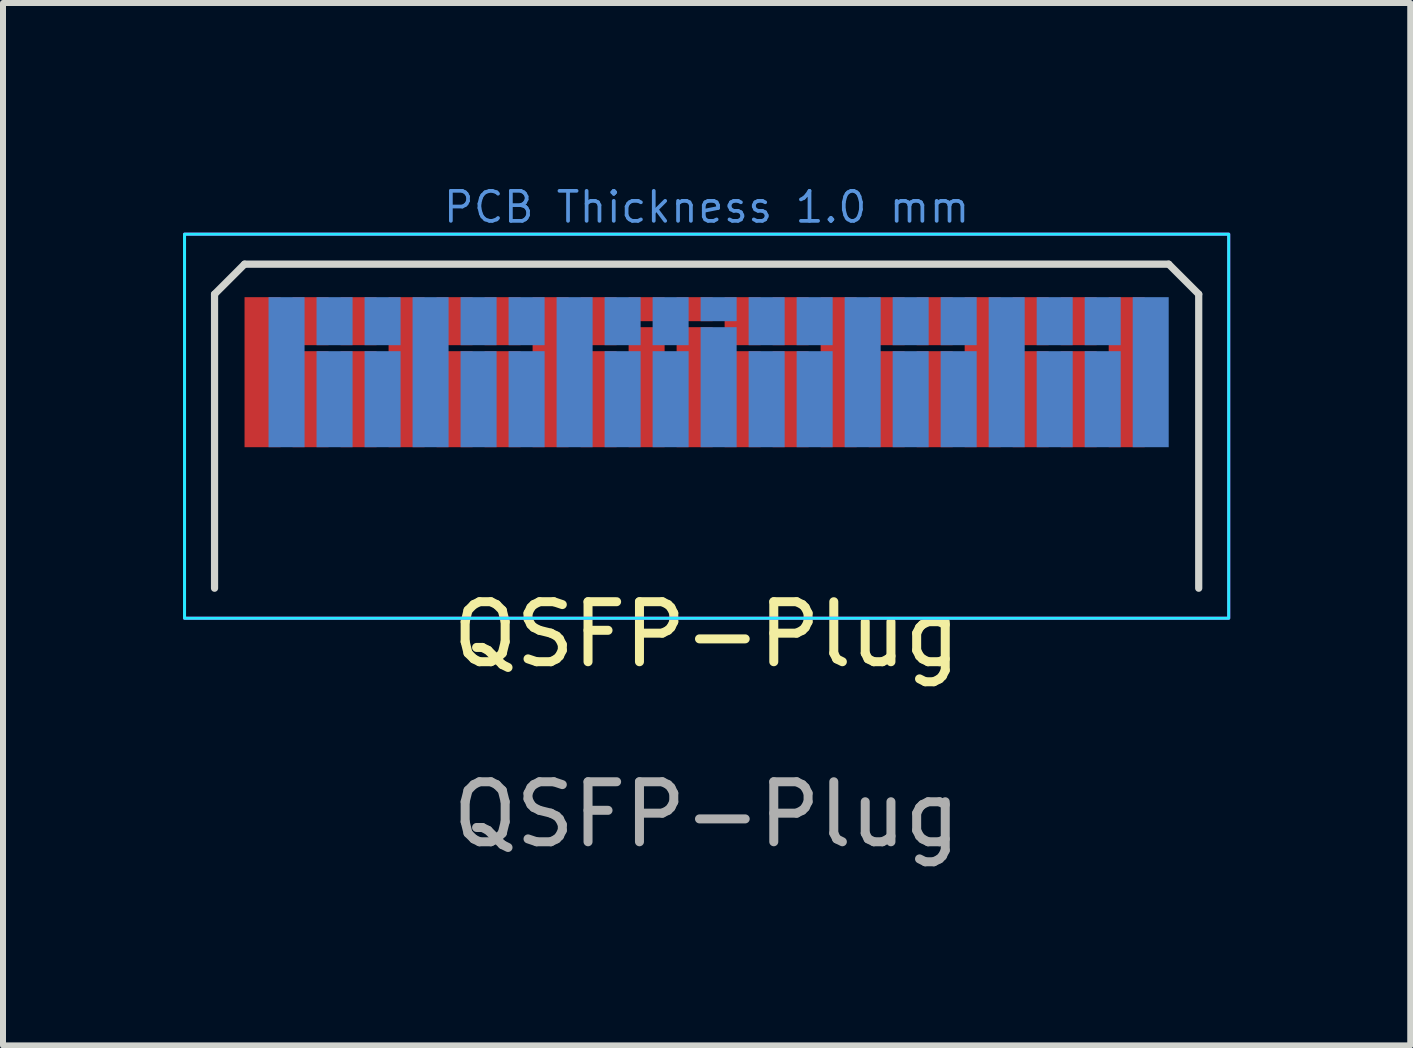
<source format=kicad_pcb>
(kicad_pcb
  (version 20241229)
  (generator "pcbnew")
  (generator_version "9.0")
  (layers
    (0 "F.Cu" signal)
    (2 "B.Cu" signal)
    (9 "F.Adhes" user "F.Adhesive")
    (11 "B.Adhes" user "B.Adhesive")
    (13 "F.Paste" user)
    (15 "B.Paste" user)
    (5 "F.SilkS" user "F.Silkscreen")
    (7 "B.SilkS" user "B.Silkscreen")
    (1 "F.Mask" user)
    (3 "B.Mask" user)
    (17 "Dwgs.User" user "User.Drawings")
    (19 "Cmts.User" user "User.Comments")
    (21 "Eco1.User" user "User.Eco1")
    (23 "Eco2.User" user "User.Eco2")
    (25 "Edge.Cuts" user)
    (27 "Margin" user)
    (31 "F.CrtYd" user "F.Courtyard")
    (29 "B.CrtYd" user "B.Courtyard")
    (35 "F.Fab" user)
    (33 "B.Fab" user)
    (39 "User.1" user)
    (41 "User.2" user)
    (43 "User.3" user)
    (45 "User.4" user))
  (footprint "QSFP-Plug"
    (layer "F.Cu")
    (at 8.725 6.752)
    (property "Reference" "QSFP-Plug" (at 0 0.77 0) (unlocked yes) (layer "F.SilkS") (effects (font (size 1 1) (thickness 0.15))))
    (fp_poly (pts (xy -8.2 -2.3) (xy 8.2 -2.3) (xy 8.2 -4.9) (xy 7.7 -5.4) (xy -7.7 -5.4) (xy -8.2 -4.9)) (stroke (width 0) (type solid)) (fill yes) (layer "F.Mask"))
    (fp_poly (pts (xy -8.2 -2.3) (xy 8.2 -2.3) (xy 8.2 -4.9) (xy 7.7 -5.4) (xy -7.7 -5.4) (xy -8.2 -4.9)) (stroke (width 0) (type solid)) (fill yes) (layer "B.Mask"))
    (fp_line (start -8.2 -4.9) (end -7.7 -5.4) (stroke (width 0.12) (type default)) (layer "Edge.Cuts"))
    (fp_line (start -8.2 0) (end -8.2 -4.9) (stroke (width 0.12) (type default)) (layer "Edge.Cuts"))
    (fp_line (start -7.7 -5.4) (end 7.7 -5.4) (stroke (width 0.12) (type default)) (layer "Edge.Cuts"))
    (fp_line (start 8.2 -4.9) (end 7.7 -5.4) (stroke (width 0.12) (type default)) (layer "Edge.Cuts"))
    (fp_line (start 8.2 0) (end 8.2 -4.9) (stroke (width 0.12) (type default)) (layer "Edge.Cuts"))
    (fp_rect (start -8.7 -5.9) (end 8.7 0.5) (stroke (width 0.05) (type default)) (fill no) (layer "B.CrtYd"))
    (fp_rect (start -8.7 -5.9) (end 8.7 0.5) (stroke (width 0.05) (type default)) (fill no) (layer "F.CrtYd"))
    (fp_text user "PCB Thickness 1.0 mm" (at 0 -6.35 0) (unlocked yes) (layer "Cmts.User") (effects (font (size 0.5 0.5) (thickness 0.062))))
    (fp_text user "${REFERENCE}" (at 0 3.77 0) (unlocked yes) (layer "F.Fab") (effects (font (size 1 1) (thickness 0.15))))
    (pad "" connect rect (at -6.6 -4.45) (size 0.6 0.8) (layers "F.Cu" "F.Mask"))
    (pad "" connect rect (at -6.2 -4.45) (size 0.6 0.8) (layers "B.Cu" "B.Mask"))
    (pad "" connect rect (at -5.8 -4.45) (size 0.6 0.8) (layers "F.Cu" "F.Mask"))
    (pad "" connect rect (at -5.4 -4.45) (size 0.6 0.8) (layers "B.Cu" "B.Mask"))
    (pad "" connect rect (at -4.2 -4.45) (size 0.6 0.8) (layers "F.Cu" "F.Mask"))
    (pad "" connect rect (at -3.8 -4.45) (size 0.6 0.8) (layers "B.Cu" "B.Mask"))
    (pad "" connect rect (at -3.4 -4.45) (size 0.6 0.8) (layers "F.Cu" "F.Mask"))
    (pad "" connect rect (at -3 -4.45) (size 0.6 0.8) (layers "B.Cu" "B.Mask"))
    (pad "" connect rect (at -1.8 -4.45) (size 0.6 0.8) (layers "F.Cu" "F.Mask"))
    (pad "" connect rect (at -1.4 -4.45) (size 0.6 0.8) (layers "B.Cu" "B.Mask"))
    (pad "" connect rect (at -1 -4.65) (size 0.6 0.4) (layers "F.Cu" "F.Mask"))
    (pad "" connect rect (at -0.6 -4.45) (size 0.6 0.8) (layers "B.Cu" "B.Mask"))
    (pad "" connect rect (at -0.2 -4.65) (size 0.6 0.4) (layers "F.Cu" "F.Mask"))
    (pad "" connect rect (at 0.2 -4.65) (size 0.6 0.4) (layers "B.Cu" "B.Mask"))
    (pad "" connect rect (at 0.6 -4.45) (size 0.6 0.8) (layers "F.Cu" "F.Mask"))
    (pad "" connect rect (at 1 -4.45) (size 0.6 0.8) (layers "B.Cu" "B.Mask"))
    (pad "" connect rect (at 1.4 -4.45) (size 0.6 0.8) (layers "F.Cu" "F.Mask"))
    (pad "" connect rect (at 1.8 -4.45) (size 0.6 0.8) (layers "B.Cu" "B.Mask"))
    (pad "" connect rect (at 3 -4.45) (size 0.6 0.8) (layers "F.Cu" "F.Mask"))
    (pad "" connect rect (at 3.4 -4.45) (size 0.6 0.8) (layers "B.Cu" "B.Mask"))
    (pad "" connect rect (at 3.8 -4.45) (size 0.6 0.8) (layers "F.Cu" "F.Mask"))
    (pad "" connect rect (at 4.2 -4.45) (size 0.6 0.8) (layers "B.Cu" "B.Mask"))
    (pad "" connect rect (at 5.4 -4.45) (size 0.6 0.8) (layers "F.Cu" "F.Mask"))
    (pad "" connect rect (at 5.8 -4.45) (size 0.6 0.8) (layers "B.Cu" "B.Mask"))
    (pad "" connect rect (at 6.2 -4.45) (size 0.6 0.8) (layers "F.Cu" "F.Mask"))
    (pad "" connect rect (at 6.6 -4.45) (size 0.6 0.8) (layers "B.Cu" "B.Mask"))
    (pad "1" connect rect (at -7 -3.6) (size 0.6 2.5) (layers "B.Cu" "B.Mask"))
    (pad "2" connect rect (at -6.2 -3.15) (size 0.6 1.6) (layers "B.Cu" "B.Mask"))
    (pad "3" connect rect (at -5.4 -3.15) (size 0.6 1.6) (layers "B.Cu" "B.Mask"))
    (pad "4" connect rect (at -4.6 -3.6) (size 0.6 2.5) (layers "B.Cu" "B.Mask"))
    (pad "5" connect rect (at -3.8 -3.15) (size 0.6 1.6) (layers "B.Cu" "B.Mask"))
    (pad "6" connect rect (at -3 -3.15) (size 0.6 1.6) (layers "B.Cu" "B.Mask"))
    (pad "7" connect rect (at -2.2 -3.6) (size 0.6 2.5) (layers "B.Cu" "B.Mask"))
    (pad "8" connect rect (at -1.4 -3.15) (size 0.6 1.6) (layers "B.Cu" "B.Mask"))
    (pad "9" connect rect (at -0.6 -3.15) (size 0.6 1.6) (layers "B.Cu" "B.Mask"))
    (pad "10" connect rect (at 0.2 -3.35) (size 0.6 2) (layers "B.Cu" "B.Mask"))
    (pad "11" connect rect (at 1 -3.15) (size 0.6 1.6) (layers "B.Cu" "B.Mask"))
    (pad "12" connect rect (at 1.8 -3.15) (size 0.6 1.6) (layers "B.Cu" "B.Mask"))
    (pad "13" connect rect (at 2.6 -3.6) (size 0.6 2.5) (layers "B.Cu" "B.Mask"))
    (pad "14" connect rect (at 3.4 -3.15) (size 0.6 1.6) (layers "B.Cu" "B.Mask"))
    (pad "15" connect rect (at 4.2 -3.15) (size 0.6 1.6) (layers "B.Cu" "B.Mask"))
    (pad "16" connect rect (at 5 -3.6) (size 0.6 2.5) (layers "B.Cu" "B.Mask"))
    (pad "17" connect rect (at 5.8 -3.15) (size 0.6 1.6) (layers "B.Cu" "B.Mask"))
    (pad "18" connect rect (at 6.6 -3.15) (size 0.6 1.6) (layers "B.Cu" "B.Mask"))
    (pad "19" connect rect (at 7.4 -3.6) (size 0.6 2.5) (layers "B.Cu" "B.Mask"))
    (pad "20" connect rect (at 7 -3.6) (size 0.6 2.5) (layers "F.Cu" "F.Mask"))
    (pad "21" connect rect (at 6.2 -3.15) (size 0.6 1.6) (layers "F.Cu" "F.Mask"))
    (pad "22" connect rect (at 5.4 -3.15) (size 0.6 1.6) (layers "F.Cu" "F.Mask"))
    (pad "23" connect rect (at 4.6 -3.6) (size 0.6 2.5) (layers "F.Cu" "F.Mask"))
    (pad "24" connect rect (at 3.8 -3.15) (size 0.6 1.6) (layers "F.Cu" "F.Mask"))
    (pad "25" connect rect (at 3 -3.15) (size 0.6 1.6) (layers "F.Cu" "F.Mask"))
    (pad "26" connect rect (at 2.2 -3.6) (size 0.6 2.5) (layers "F.Cu" "F.Mask"))
    (pad "27" connect rect (at 1.4 -3.15) (size 0.6 1.6) (layers "F.Cu" "F.Mask"))
    (pad "28" connect rect (at 0.6 -3.15) (size 0.6 1.6) (layers "F.Cu" "F.Mask"))
    (pad "29" connect rect (at -0.2 -3.35) (size 0.6 2) (layers "F.Cu" "F.Mask"))
    (pad "30" connect rect (at -1 -3.35) (size 0.6 2) (layers "F.Cu" "F.Mask"))
    (pad "31" connect rect (at -1.8 -3.15) (size 0.6 1.6) (layers "F.Cu" "F.Mask"))
    (pad "32" connect rect (at -2.6 -3.6) (size 0.6 2.5) (layers "F.Cu" "F.Mask"))
    (pad "33" connect rect (at -3.4 -3.15) (size 0.6 1.6) (layers "F.Cu" "F.Mask"))
    (pad "34" connect rect (at -4.2 -3.15) (size 0.6 1.6) (layers "F.Cu" "F.Mask"))
    (pad "35" connect rect (at -5 -3.6) (size 0.6 2.5) (layers "F.Cu" "F.Mask"))
    (pad "36" connect rect (at -5.8 -3.15) (size 0.6 1.6) (layers "F.Cu" "F.Mask"))
    (pad "37" connect rect (at -6.6 -3.15) (size 0.6 1.6) (layers "F.Cu" "F.Mask"))
    (pad "38" connect rect (at -7.4 -3.6) (size 0.6 2.5) (layers "F.Cu" "F.Mask")))
  (gr_rect
    (start -3 -3)
    (end 20.45 14.37)
    (stroke (width 0.1) (type default))
    (fill no)
    (layer "Edge.Cuts")))
</source>
